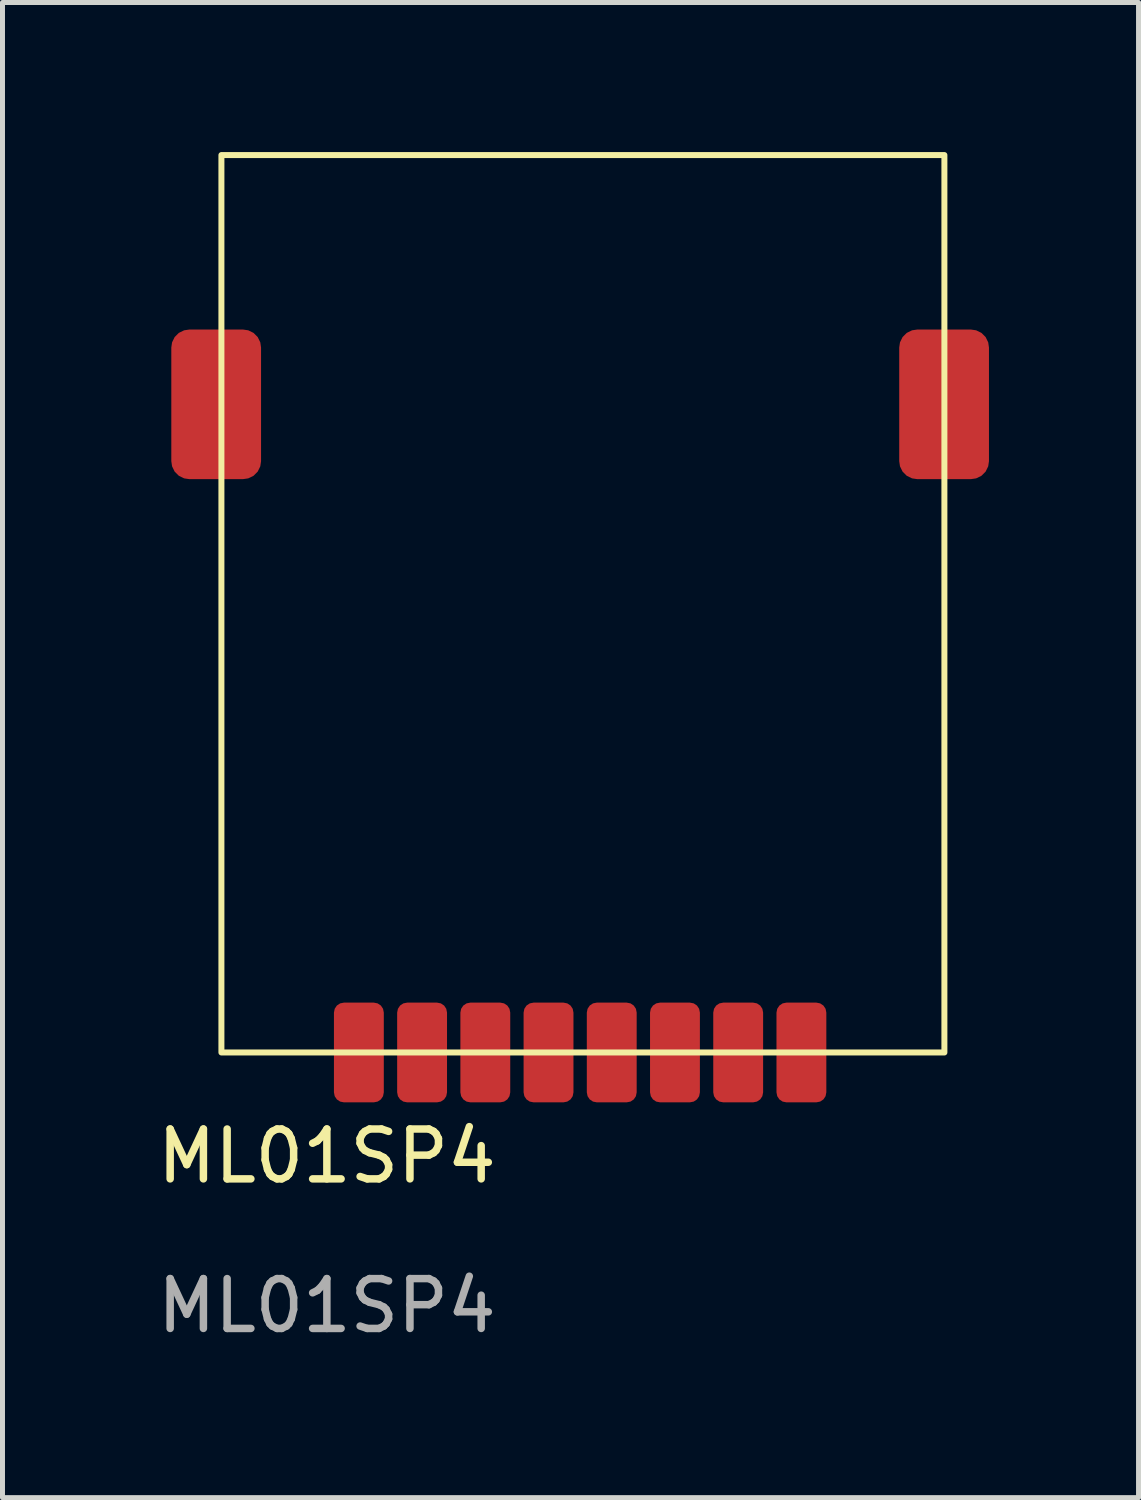
<source format=kicad_pcb>
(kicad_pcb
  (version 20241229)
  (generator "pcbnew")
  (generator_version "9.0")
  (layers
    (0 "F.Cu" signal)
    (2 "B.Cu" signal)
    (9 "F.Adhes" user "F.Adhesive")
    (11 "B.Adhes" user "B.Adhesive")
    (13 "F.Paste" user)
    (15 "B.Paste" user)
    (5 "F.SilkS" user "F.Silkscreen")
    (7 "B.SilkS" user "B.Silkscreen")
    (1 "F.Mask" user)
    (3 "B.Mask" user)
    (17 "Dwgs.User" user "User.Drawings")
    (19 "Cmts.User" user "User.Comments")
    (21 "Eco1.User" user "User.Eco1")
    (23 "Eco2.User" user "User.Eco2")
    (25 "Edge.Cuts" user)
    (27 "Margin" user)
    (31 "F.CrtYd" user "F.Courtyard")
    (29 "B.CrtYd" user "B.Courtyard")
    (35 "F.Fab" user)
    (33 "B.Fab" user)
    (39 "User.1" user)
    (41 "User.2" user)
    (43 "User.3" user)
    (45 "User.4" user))
  (footprint "ML01SP4"
    (layer "F.Cu")
    (at 8.586 18.06)
    (property "Reference" "ML01SP4" (at -5.08 2.08 0) (unlocked yes) (layer "F.SilkS") (effects (font (size 1 1) (thickness 0.15))))
    (attr smd)
    (fp_rect (start -7.195 0) (end 7.306 -18) (stroke (width 0.12) (type solid)) (fill no) (layer "F.SilkS"))
    (fp_text user "${REFERENCE}" (at -5.08 5.08 0) (unlocked yes) (layer "F.Fab") (effects (font (size 1 1) (thickness 0.15))))
    (pad "1" smd roundrect (at -4.438 0 90) (size 2 1) (layers "F.Cu" "F.Mask" "F.Paste") (roundrect_rratio 0.2))
    (pad "2" smd roundrect (at -3.17 0 90) (size 2 1) (layers "F.Cu" "F.Mask" "F.Paste") (roundrect_rratio 0.2))
    (pad "3" smd roundrect (at -1.902 0 90) (size 2 1) (layers "F.Cu" "F.Mask" "F.Paste") (roundrect_rratio 0.2))
    (pad "4" smd roundrect (at -0.634 0 90) (size 2 1) (layers "F.Cu" "F.Mask" "F.Paste") (roundrect_rratio 0.2))
    (pad "5" smd roundrect (at 0.634 0 90) (size 2 1) (layers "F.Cu" "F.Mask" "F.Paste") (roundrect_rratio 0.2))
    (pad "6" smd roundrect (at 1.902 0 90) (size 2 1) (layers "F.Cu" "F.Mask" "F.Paste") (roundrect_rratio 0.2))
    (pad "7" smd roundrect (at 3.17 0 90) (size 2 1) (layers "F.Cu" "F.Mask" "F.Paste") (roundrect_rratio 0.2))
    (pad "8" smd roundrect (at 4.438 0 90) (size 2 1) (layers "F.Cu" "F.Mask" "F.Paste") (roundrect_rratio 0.2))
    (pad "9" smd roundrect (at 7.3 -13 180) (size 1.8 3) (layers "F.Cu" "F.Mask" "F.Paste") (roundrect_rratio 0.2))
    (pad "10" smd roundrect (at -7.3 -13 180) (size 1.8 3) (layers "F.Cu" "F.Mask" "F.Paste") (roundrect_rratio 0.2)))
  (gr_rect
    (start -3 -3)
    (end 19.786 26.988)
    (stroke (width 0.1) (type default))
    (fill no)
    (layer "Edge.Cuts")))
</source>
